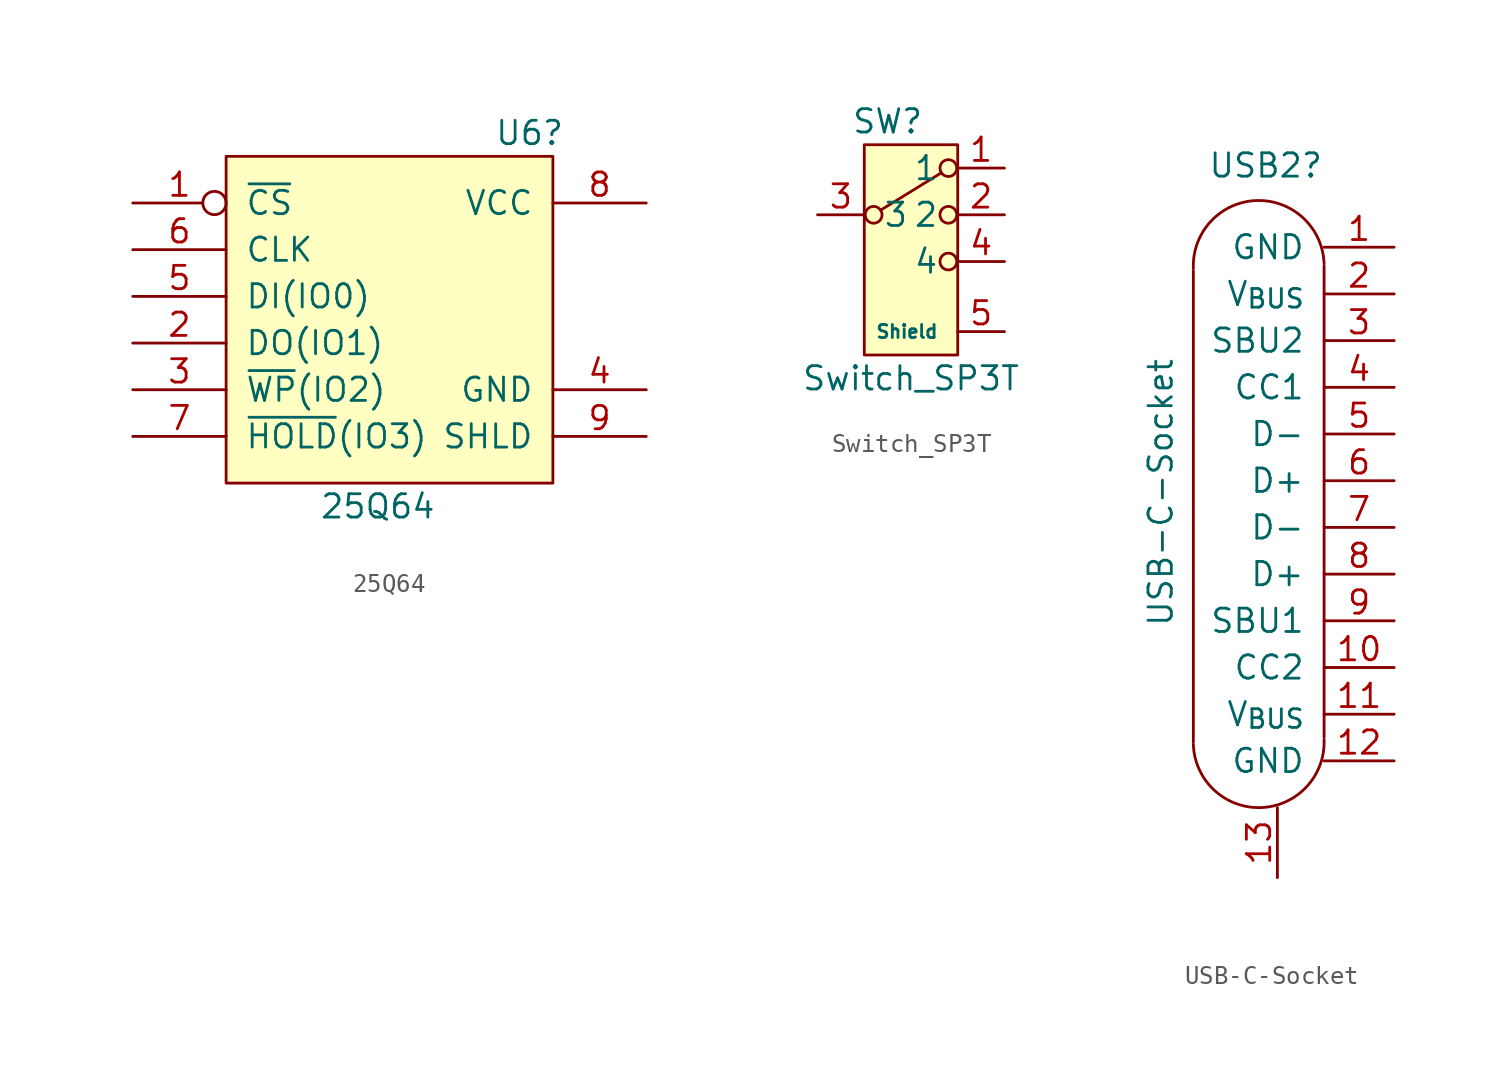
<source format=kicad_sym>
(kicad_symbol_lib
  (version 20231120)
  (generator "kicad_symbol_editor")
  (generator_version "8.0")
  (symbol "25Q64"
    (pin_names
      (offset 1.016))
    (property "Reference" "U6"
      (at 7.62 10.16 0)
      (effects (font (size 1.27 1.27))))
    (property "Value" "25Q64"
      (at -0.635 -10.16 0)
      (effects (font (size 1.27 1.27))))
    (symbol "25Q64_0_1"
      (rectangle (start -8.89 8.89) (end 8.89 -8.89) (stroke (width 0) (type solid)) (fill (type background))))
    (symbol "25Q64_1_1"
      (pin input inverted (at -13.97 6.35 0) (length 5.08) (name "~{CS}" (effects (font (size 1.27 1.27)))) (number "1" (effects (font (size 1.27 1.27)))))
      (pin bidirectional line (at -13.97 -1.27 0) (length 5.08) (name "DO(IO1)" (effects (font (size 1.27 1.27)))) (number "2" (effects (font (size 1.27 1.27)))))
      (pin bidirectional line (at -13.97 -3.81 0) (length 5.08) (name "~{WP}(IO2)" (effects (font (size 1.27 1.27)))) (number "3" (effects (font (size 1.27 1.27)))))
      (pin power_in line (at 13.97 -3.81 180) (length 5.08) (name "GND" (effects (font (size 1.27 1.27)))) (number "4" (effects (font (size 1.27 1.27)))))
      (pin bidirectional line (at -13.97 1.27 0) (length 5.08) (name "DI(IO0)" (effects (font (size 1.27 1.27)))) (number "5" (effects (font (size 1.27 1.27)))))
      (pin input line (at -13.97 3.81 0) (length 5.08) (name "CLK" (effects (font (size 1.27 1.27)))) (number "6" (effects (font (size 1.27 1.27)))))
      (pin bidirectional line (at -13.97 -6.35 0) (length 5.08) (name "~{HOLD}(IO3)" (effects (font (size 1.27 1.27)))) (number "7" (effects (font (size 1.27 1.27)))))
      (pin power_in line (at 13.97 6.35 180) (length 5.08) (name "VCC" (effects (font (size 1.27 1.27)))) (number "8" (effects (font (size 1.27 1.27)))))
      (pin passive line (at 13.97 -6.35 180) (length 5.08) (name "SHLD" (effects (font (size 1.27 1.27)))) (number "9" (effects (font (size 1.27 1.27)))))))
  (symbol "Switch_SP3T"
    (pin_names
      (offset 1.016))
    (property "Reference" "SW"
      (at -3.81 2.54 0)
      (effects (font (size 1.27 1.27))))
    (property "Value" "Switch_SP3T"
      (at -2.54 -11.43 0)
      (effects (font (size 1.27 1.27))))
    (symbol "Switch_SP3T_0_1"
      (rectangle (start 0 -10.16) (end -5.08 1.27) (stroke (width 0) (type solid)) (fill (type background))))
    (symbol "Switch_SP3T_1_1"
      (circle (center -4.572 -2.54) (radius 0.457) (stroke (width 0) (type solid)) (fill (type none)))
      (circle (center -0.508 -5.08) (radius 0.457) (stroke (width 0) (type solid)) (fill (type none)))
      (circle (center -0.508 -2.54) (radius 0.457) (stroke (width 0) (type solid)) (fill (type none)))
      (circle (center -0.508 0) (radius 0.457) (stroke (width 0) (type solid)) (fill (type none)))
      (polyline (pts (xy -4.191 -2.286) (xy -0.889 -0.254)) (stroke (width 0) (type solid)) (fill (type none)))
      (pin passive line (at 2.54 0 180) (length 2.54) (name "1" (effects (font (size 1.27 1.27)))) (number "1" (effects (font (size 1.27 1.27)))))
      (pin passive line (at 2.54 -2.54 180) (length 2.54) (name "2" (effects (font (size 1.27 1.27)))) (number "2" (effects (font (size 1.27 1.27)))))
      (pin passive line (at -7.62 -2.54 0) (length 2.54) (name "3" (effects (font (size 1.27 1.27)))) (number "3" (effects (font (size 1.27 1.27)))))
      (pin passive line (at 2.54 -5.08 180) (length 2.54) (name "4" (effects (font (size 1.27 1.27)))) (number "4" (effects (font (size 1.27 1.27)))))
      (pin passive line (at 2.54 -8.89 180) (length 2.54) (name "Shield" (effects (font (size 0.711 0.711)))) (number "5" (effects (font (size 1.27 1.27)))))))
  (symbol "USB-C-Socket"
    (pin_names
      (offset 1.016))
    (property "Reference" "USB2"
      (at -5.715 18.415 0)
      (effects (font (size 1.27 1.27))))
    (property "Value" "USB-C-Socket"
      (at -11.43 0.635 90)
      (effects (font (size 1.27 1.27))))
    (symbol "USB-C-Socket_0_1"
      (arc (start -9.6525 -13.0657) (mid -5.969 -16.51) (end -2.5405 -12.8117) (stroke (width 0) (type default)) (fill (type none)))
      (arc (start -2.5395 13.0657) (mid -6.223 16.51) (end -9.6515 12.8117) (stroke (width 0) (type default)) (fill (type none)))
      (polyline (pts (xy -9.652 12.7) (xy -9.652 -12.954)) (stroke (width 0) (type default)) (fill (type none)))
      (polyline (pts (xy -2.54 -12.7) (xy -2.54 12.954)) (stroke (width 0) (type default)) (fill (type none))))
    (symbol "USB-C-Socket_1_1"
      (pin power_out line (at 1.27 13.97 180) (length 3.81) (name "GND" (effects (font (size 1.27 1.27)))) (number "1" (effects (font (size 1.27 1.27)))))
      (pin input line (at 1.27 -8.89 180) (length 3.81) (name "CC2" (effects (font (size 1.27 1.27)))) (number "10" (effects (font (size 1.27 1.27)))))
      (pin power_in line (at 1.27 -11.43 180) (length 3.81) (name "V_{BUS}" (effects (font (size 1.27 1.27)))) (number "11" (effects (font (size 1.27 1.27)))))
      (pin power_in line (at 1.27 -13.97 180) (length 3.81) (name "GND" (effects (font (size 1.27 1.27)))) (number "12" (effects (font (size 1.27 1.27)))))
      (pin passive line (at -5.08 -20.32 90) (length 3.81) (name "" (effects (font (size 1.27 1.27)))) (number "13" (effects (font (size 1.27 1.27)))))
      (pin power_out line (at 1.27 11.43 180) (length 3.81) (name "V_{BUS}" (effects (font (size 1.27 1.27)))) (number "2" (effects (font (size 1.27 1.27)))))
      (pin passive line (at 1.27 8.89 180) (length 3.81) (name "SBU2" (effects (font (size 1.27 1.27)))) (number "3" (effects (font (size 1.27 1.27)))))
      (pin input line (at 1.27 6.35 180) (length 3.81) (name "CC1" (effects (font (size 1.27 1.27)))) (number "4" (effects (font (size 1.27 1.27)))))
      (pin bidirectional line (at 1.27 3.81 180) (length 3.81) (name "D-" (effects (font (size 1.27 1.27)))) (number "5" (effects (font (size 1.27 1.27)))))
      (pin bidirectional line (at 1.27 1.27 180) (length 3.81) (name "D+" (effects (font (size 1.27 1.27)))) (number "6" (effects (font (size 1.27 1.27)))))
      (pin bidirectional line (at 1.27 -1.27 180) (length 3.81) (name "D-" (effects (font (size 1.27 1.27)))) (number "7" (effects (font (size 1.27 1.27)))))
      (pin bidirectional line (at 1.27 -3.81 180) (length 3.81) (name "D+" (effects (font (size 1.27 1.27)))) (number "8" (effects (font (size 1.27 1.27)))))
      (pin passive line (at 1.27 -6.35 180) (length 3.81) (name "SBU1" (effects (font (size 1.27 1.27)))) (number "9" (effects (font (size 1.27 1.27))))))))
</source>
